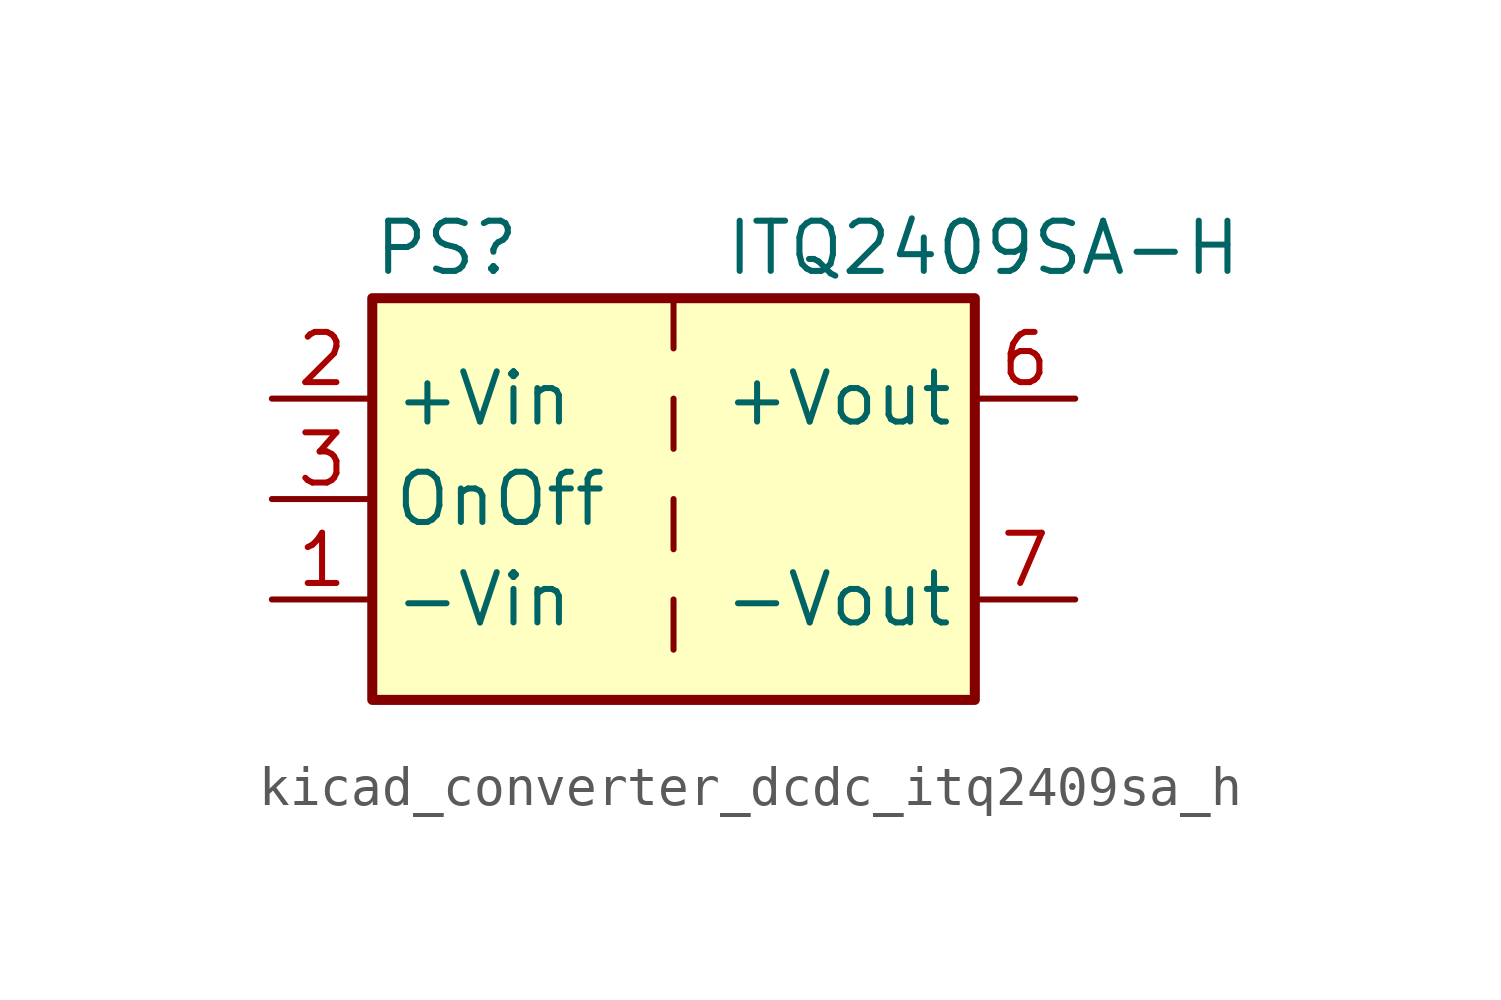
<source format=kicad_sym>
(kicad_symbol_lib
  (version 20220914)
  (generator kicad_symbol_editor)
  (symbol "kicad_converter_dcdc_itq2409sa_h"
    (property "Reference" "PS"
      (at -7.62 6.35 0)
      (effects (font (size 1.27 1.27)) (justify left)))
    (property "Value" "ITQ2409SA-H"
      (at 1.27 6.35 0)
      (effects (font (size 1.27 1.27)) (justify left)))
    (symbol "kicad_converter_dcdc_itq2409sa_h_0_0"
      (pin power_in line (at -10.16 -2.54 0) (length 2.54) (name "-Vin" (effects (font (size 1.27 1.27)))) (number "1" (effects (font (size 1.27 1.27)))))
      (pin power_in line (at -10.16 2.54 0) (length 2.54) (name "+Vin" (effects (font (size 1.27 1.27)))) (number "2" (effects (font (size 1.27 1.27)))))
      (pin input line (at -10.16 0 0) (length 2.54) (name "OnOff" (effects (font (size 1.27 1.27)))) (number "3" (effects (font (size 1.27 1.27)))))
      (pin power_out line (at 10.16 2.54 180) (length 2.54) (name "+Vout" (effects (font (size 1.27 1.27)))) (number "6" (effects (font (size 1.27 1.27)))))
      (pin power_out line (at 10.16 -2.54 180) (length 2.54) (name "-Vout" (effects (font (size 1.27 1.27)))) (number "7" (effects (font (size 1.27 1.27)))))
      (pin no_connect line (at 7.62 0 180) (length 2.54) hide (name "NC" (effects (font (size 1.27 1.27)))) (number "8" (effects (font (size 1.27 1.27))))))
    (symbol "kicad_converter_dcdc_itq2409sa_h_0_1"
      (rectangle (start -7.62 5.08) (end 7.62 -5.08) (stroke (width 0.254) (type default)) (fill (type background)))
      (polyline (pts (xy 0 -2.54) (xy 0 -3.81)) (stroke (width 0) (type default)) (fill (type none)))
      (polyline (pts (xy 0 0) (xy 0 -1.27)) (stroke (width 0) (type default)) (fill (type none)))
      (polyline (pts (xy 0 2.54) (xy 0 1.27)) (stroke (width 0) (type default)) (fill (type none)))
      (polyline (pts (xy 0 5.08) (xy 0 3.81)) (stroke (width 0) (type default)) (fill (type none))))))
</source>
